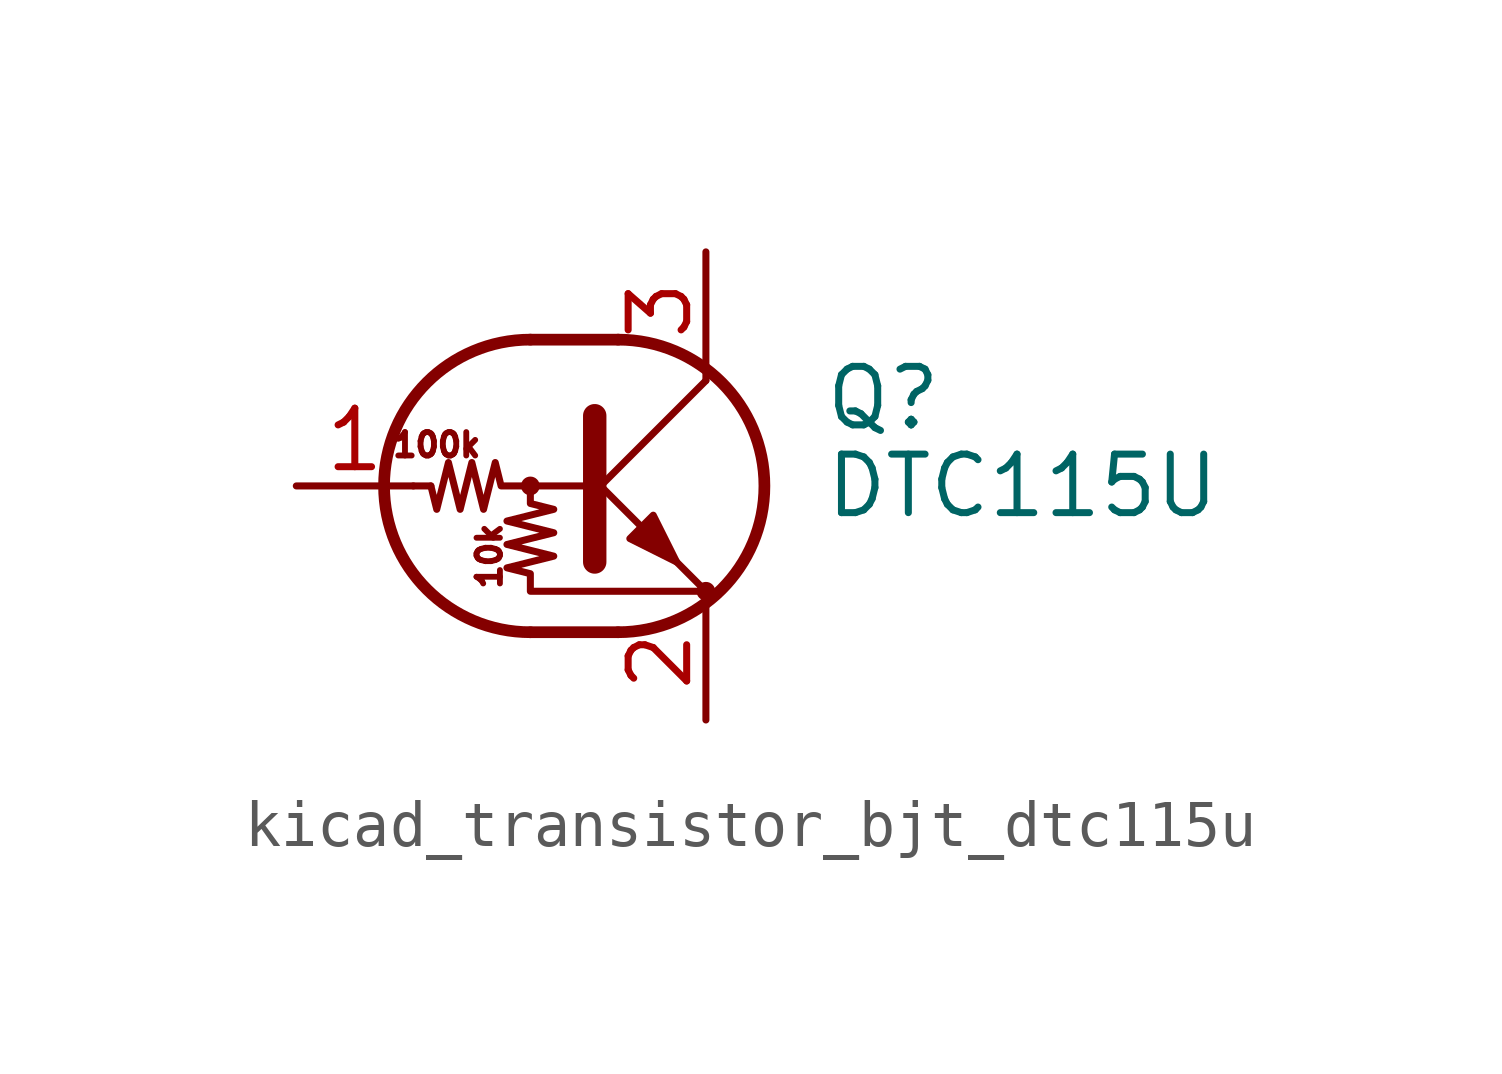
<source format=kicad_sym>
(kicad_symbol_lib
  (version 20220914)
  (generator kicad_symbol_editor)
  (symbol "kicad_transistor_bjt_dtc115u"
    (pin_names
      (offset 0) hide)
    (property "Reference" "Q"
      (at 5.08 1.905 0)
      (effects (font (size 1.27 1.27)) (justify left)))
    (property "Value" "DTC115U"
      (at 5.08 0 0)
      (effects (font (size 1.27 1.27)) (justify left)))
    (symbol "kicad_transistor_bjt_dtc115u_0_0"
      (text "100k" (at -3.302 0.889 0) (effects (font (size 0.508 0.508))))
      (text "10k" (at -2.159 -1.524 900) (effects (font (size 0.508 0.508)))))
    (symbol "kicad_transistor_bjt_dtc115u_0_1"
      (circle (center -1.27 0) (radius 0.127) (stroke (width 0) (type default)) (fill (type none)))
      (arc (start -1.27 3.175) (mid -4.4312 0) (end -1.27 -3.175) (stroke (width 0.254) (type default)) (fill (type none)))
      (polyline (pts (xy -3.429 0) (xy -3.81 0)) (stroke (width 0) (type default)) (fill (type none)))
      (polyline (pts (xy -1.27 -3.175) (xy 0.635 -3.175)) (stroke (width 0.254) (type default)) (fill (type none)))
      (polyline (pts (xy -1.27 3.175) (xy 0.635 3.175)) (stroke (width 0.254) (type default)) (fill (type none)))
      (polyline (pts (xy 0 -0.254) (xy 2.54 2.286)) (stroke (width 0) (type default)) (fill (type none)))
      (polyline (pts (xy 0.127 1.524) (xy 0.127 -1.651)) (stroke (width 0.508) (type default)) (fill (type outline)))
      (polyline (pts (xy 2.54 2.286) (xy 2.54 2.54)) (stroke (width 0) (type default)) (fill (type none)))
      (polyline (pts (xy 2.54 -2.286) (xy 0 0.254) (xy 0 0.254)) (stroke (width 0) (type default)) (fill (type none)))
      (polyline (pts (xy 0.889 -1.143) (xy 1.397 -0.635) (xy 1.905 -1.651) (xy 0.889 -1.143)) (stroke (width 0) (type default)) (fill (type outline)))
      (polyline (pts (xy 0 0) (xy -1.905 0) (xy -2.032 0.508) (xy -2.286 -0.508) (xy -2.54 0.508) (xy -2.794 -0.508) (xy -3.048 0.508) (xy -3.302 -0.508) (xy -3.429 0)) (stroke (width 0) (type default)) (fill (type none)))
      (polyline (pts (xy -1.27 0) (xy -1.27 -0.381) (xy -0.762 -0.508) (xy -1.778 -0.762) (xy -0.762 -1.016) (xy -1.778 -1.27) (xy -0.762 -1.524) (xy -1.778 -1.778) (xy -1.27 -1.905) (xy -1.27 -2.286) (xy 2.54 -2.286)) (stroke (width 0) (type default)) (fill (type none)))
      (arc (start 0.635 -3.175) (mid 3.7962 0) (end 0.635 3.175) (stroke (width 0.254) (type default)) (fill (type none)))
      (circle (center 2.54 -2.286) (radius 0.127) (stroke (width 0) (type default)) (fill (type none))))
    (symbol "kicad_transistor_bjt_dtc115u_1_1"
      (pin input line (at -6.35 0 0) (length 2.54) (name "B" (effects (font (size 1.27 1.27)))) (number "1" (effects (font (size 1.27 1.27)))))
      (pin passive line (at 2.54 -5.08 90) (length 2.54) (name "E" (effects (font (size 1.27 1.27)))) (number "2" (effects (font (size 1.27 1.27)))))
      (pin passive line (at 2.54 5.08 270) (length 2.54) (name "C" (effects (font (size 1.27 1.27)))) (number "3" (effects (font (size 1.27 1.27))))))))
</source>
